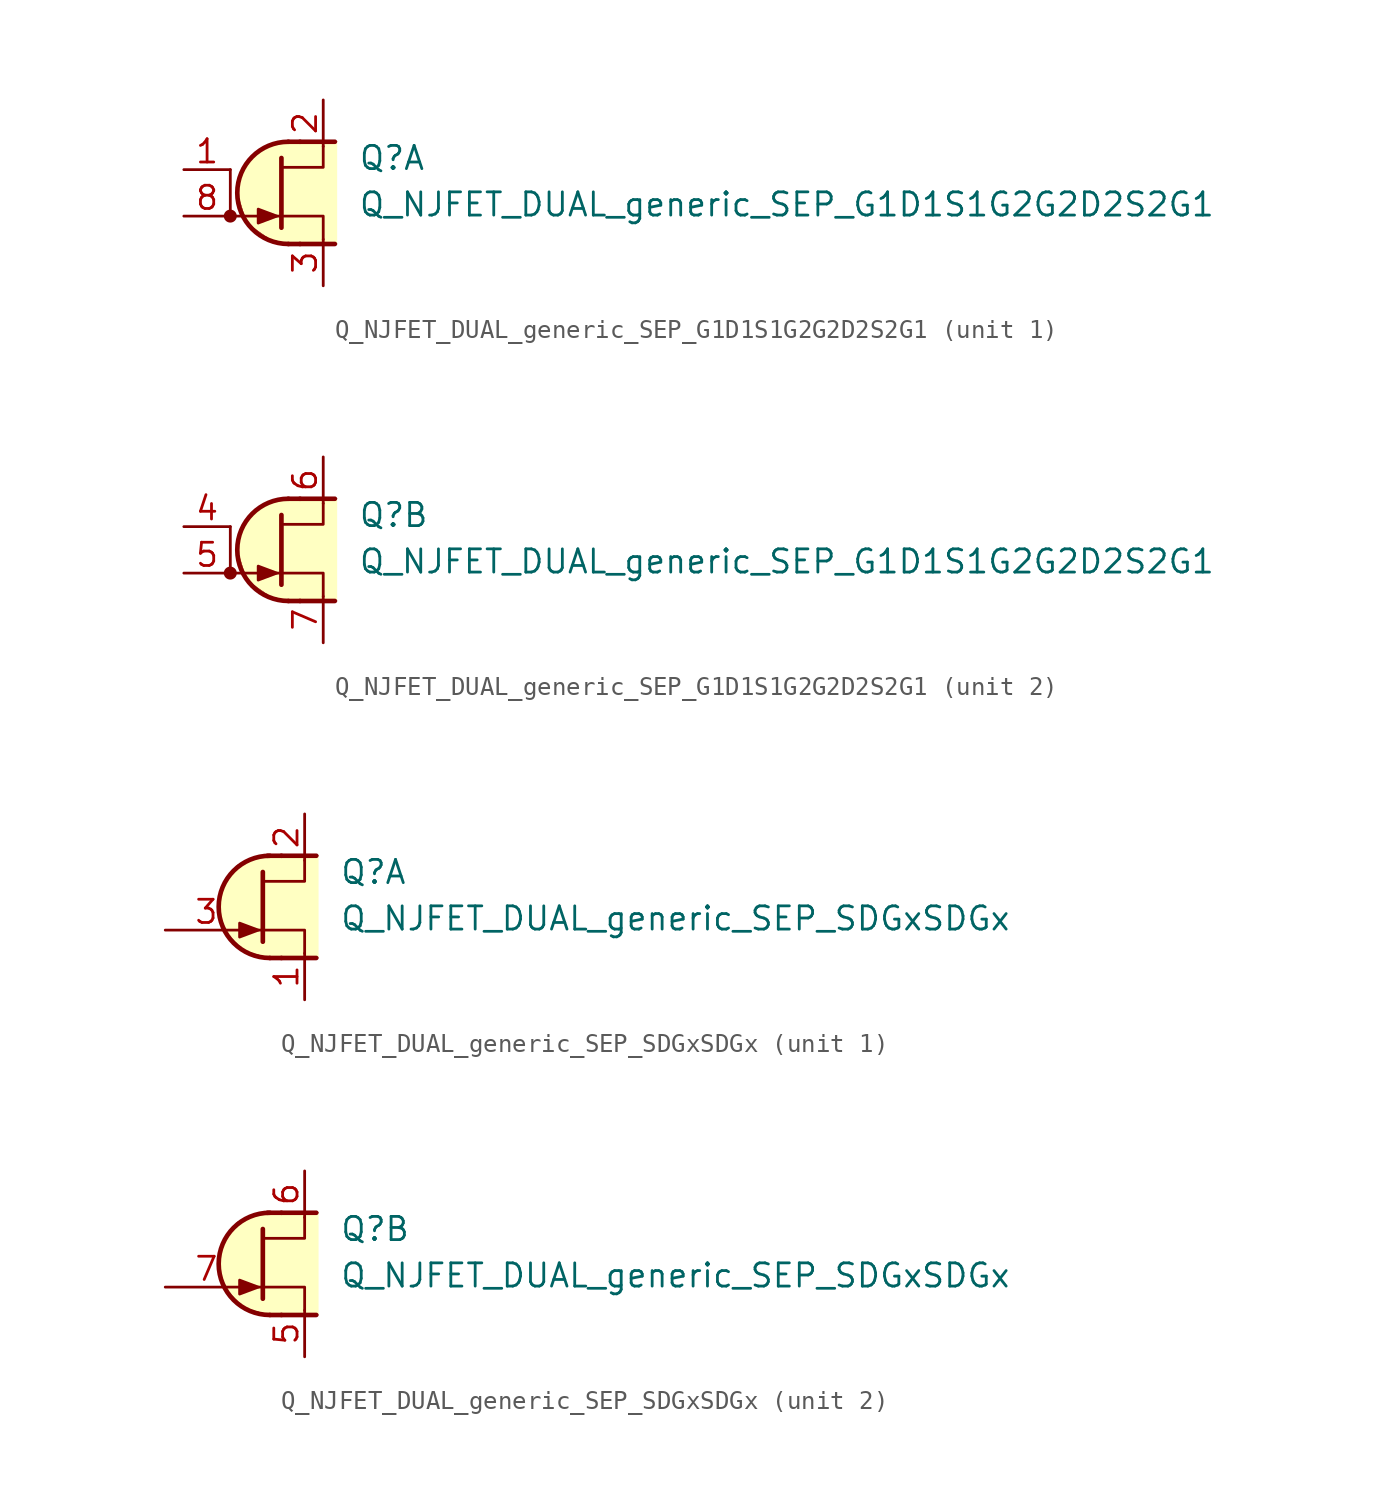
<source format=kicad_sym>
(kicad_symbol_lib
  (version 20211014)
  (generator kicad_symbol_editor)
  (symbol "Q_NJFET_DUAL_generic_SEP_G1D1S1G2G2D2S2G1"
    (pin_names
      (offset 1.016) hide)
    (property "Reference" "Q"
      (at 3.175 1.905 0)
      (effects (font (size 1.27 1.27)) (justify left)))
    (property "Value" "Q_NJFET_DUAL_generic_SEP_G1D1S1G2G2D2S2G1"
      (at 3.175 -0.635 0)
      (effects (font (size 1.27 1.27)) (justify left)))
    (property "ki_locked" ""
      (at 0 0 0)
      (effects (font (size 1.27 1.27))))
    (symbol "Q_NJFET_DUAL_generic_SEP_G1D1S1G2G2D2S2G1_1_1"
      (circle (center -3.81 -1.27) (radius 0.279) (stroke (width 0) (type default) (color 0 0 0 0)) (fill (type outline)))
      (arc (start -0.635 2.794) (mid -3.429 0) (end -0.635 -2.794) (stroke (width 0.254) (type default) (color 0 0 0 0)) (fill (type background)))
      (polyline (pts (xy -3.81 -1.27) (xy -1.016 -1.27)) (stroke (width 0) (type default) (color 0 0 0 0)) (fill (type none)))
      (polyline (pts (xy -3.81 1.27) (xy -3.81 -1.27)) (stroke (width 0) (type default) (color 0 0 0 0)) (fill (type none)))
      (polyline (pts (xy 0 -2.794) (xy -0.635 -2.794)) (stroke (width 0.254) (type default) (color 0 0 0 0)) (fill (type none)))
      (polyline (pts (xy 0 -2.794) (xy 1.905 -2.794)) (stroke (width 0.254) (type default) (color 0 0 0 0)) (fill (type none)))
      (polyline (pts (xy 0 2.794) (xy -0.635 2.794)) (stroke (width 0.254) (type default) (color 0 0 0 0)) (fill (type none)))
      (polyline (pts (xy 0 2.794) (xy 1.905 2.794)) (stroke (width 0.254) (type default) (color 0 0 0 0)) (fill (type none)))
      (polyline (pts (xy -1.016 1.905) (xy -1.016 -1.905) (xy -1.016 -1.905)) (stroke (width 0.254) (type default) (color 0 0 0 0)) (fill (type none)))
      (polyline (pts (xy 1.27 -2.54) (xy 1.27 -1.27) (xy -1.016 -1.27)) (stroke (width 0) (type default) (color 0 0 0 0)) (fill (type none)))
      (polyline (pts (xy 1.27 2.54) (xy 1.27 1.397) (xy -1.016 1.397)) (stroke (width 0) (type default) (color 0 0 0 0)) (fill (type none)))
      (polyline (pts (xy -1.27 -1.27) (xy -2.286 -0.889) (xy -2.286 -1.651) (xy -1.27 -1.27)) (stroke (width 0) (type default) (color 0 0 0 0)) (fill (type outline)))
      (polyline (pts (xy 2.032 2.794) (xy -1.016 2.794) (xy -2.286 2.286) (xy -3.175 1.27) (xy -3.429 0) (xy -2.921 -1.651) (xy -1.651 -2.54) (xy -0.635 -2.794) (xy 2.032 -2.794)) (stroke (width 0.025) (type default) (color 0 0 0 0)) (fill (type background)))
      (pin input line (at -6.35 1.27 0) (length 2.54) (name "G2" (effects (font (size 1.27 1.27)))) (number "1" (effects (font (size 1.27 1.27)))))
      (pin passive line (at 1.27 5.08 270) (length 2.54) (name "D2" (effects (font (size 1.27 1.27)))) (number "2" (effects (font (size 1.27 1.27)))))
      (pin passive line (at 1.27 -5.08 90) (length 2.54) (name "S2" (effects (font (size 1.27 1.27)))) (number "3" (effects (font (size 1.27 1.27)))))
      (pin input line (at -6.35 -1.27 0) (length 2.54) (name "G1" (effects (font (size 1.27 1.27)))) (number "8" (effects (font (size 1.27 1.27))))))
    (symbol "Q_NJFET_DUAL_generic_SEP_G1D1S1G2G2D2S2G1_2_1"
      (circle (center -3.81 -1.27) (radius 0.279) (stroke (width 0) (type default) (color 0 0 0 0)) (fill (type outline)))
      (arc (start -0.635 2.794) (mid -3.429 0) (end -0.635 -2.794) (stroke (width 0.254) (type default) (color 0 0 0 0)) (fill (type background)))
      (polyline (pts (xy -3.81 -1.27) (xy -1.016 -1.27)) (stroke (width 0) (type default) (color 0 0 0 0)) (fill (type none)))
      (polyline (pts (xy -3.81 1.27) (xy -3.81 -1.27)) (stroke (width 0) (type default) (color 0 0 0 0)) (fill (type none)))
      (polyline (pts (xy 0 -2.794) (xy -0.635 -2.794)) (stroke (width 0.254) (type default) (color 0 0 0 0)) (fill (type none)))
      (polyline (pts (xy 0 -2.794) (xy 1.905 -2.794)) (stroke (width 0.254) (type default) (color 0 0 0 0)) (fill (type none)))
      (polyline (pts (xy 0 2.794) (xy -0.635 2.794)) (stroke (width 0.254) (type default) (color 0 0 0 0)) (fill (type none)))
      (polyline (pts (xy 0 2.794) (xy 1.905 2.794)) (stroke (width 0.254) (type default) (color 0 0 0 0)) (fill (type none)))
      (polyline (pts (xy -1.016 1.905) (xy -1.016 -1.905) (xy -1.016 -1.905)) (stroke (width 0.254) (type default) (color 0 0 0 0)) (fill (type none)))
      (polyline (pts (xy 1.27 -2.54) (xy 1.27 -1.27) (xy -1.016 -1.27)) (stroke (width 0) (type default) (color 0 0 0 0)) (fill (type none)))
      (polyline (pts (xy 1.27 2.54) (xy 1.27 1.397) (xy -1.016 1.397)) (stroke (width 0) (type default) (color 0 0 0 0)) (fill (type none)))
      (polyline (pts (xy -1.27 -1.27) (xy -2.286 -0.889) (xy -2.286 -1.651) (xy -1.27 -1.27)) (stroke (width 0) (type default) (color 0 0 0 0)) (fill (type outline)))
      (polyline (pts (xy 2.032 2.794) (xy -1.016 2.794) (xy -2.286 2.286) (xy -3.175 1.27) (xy -3.429 0) (xy -2.921 -1.651) (xy -1.651 -2.54) (xy -0.635 -2.794) (xy 2.032 -2.794)) (stroke (width 0.025) (type default) (color 0 0 0 0)) (fill (type background)))
      (pin input line (at -6.35 1.27 0) (length 2.54) (name "G2" (effects (font (size 1.27 1.27)))) (number "4" (effects (font (size 1.27 1.27)))))
      (pin input line (at -6.35 -1.27 0) (length 2.54) (name "G1" (effects (font (size 1.27 1.27)))) (number "5" (effects (font (size 1.27 1.27)))))
      (pin passive line (at 1.27 5.08 270) (length 2.54) (name "D2" (effects (font (size 1.27 1.27)))) (number "6" (effects (font (size 1.27 1.27)))))
      (pin passive line (at 1.27 -5.08 90) (length 2.54) (name "S2" (effects (font (size 1.27 1.27)))) (number "7" (effects (font (size 1.27 1.27)))))))
  (symbol "Q_NJFET_DUAL_generic_SEP_SDGxSDGx"
    (pin_names
      (offset 1.016) hide)
    (property "Reference" "Q"
      (at 3.175 1.905 0)
      (effects (font (size 1.27 1.27)) (justify left)))
    (property "Value" "Q_NJFET_DUAL_generic_SEP_SDGxSDGx"
      (at 3.175 -0.635 0)
      (effects (font (size 1.27 1.27)) (justify left)))
    (property "ki_locked" ""
      (at 0 0 0)
      (effects (font (size 1.27 1.27))))
    (symbol "Q_NJFET_DUAL_generic_SEP_SDGxSDGx_1_1"
      (arc (start -0.635 2.794) (mid -3.429 0) (end -0.635 -2.794) (stroke (width 0.254) (type default) (color 0 0 0 0)) (fill (type none)))
      (polyline (pts (xy -1.397 -1.27) (xy -1.016 -1.27)) (stroke (width 0) (type default) (color 0 0 0 0)) (fill (type none)))
      (polyline (pts (xy 0 -2.794) (xy -0.635 -2.794)) (stroke (width 0.254) (type default) (color 0 0 0 0)) (fill (type none)))
      (polyline (pts (xy 0 -2.794) (xy 1.905 -2.794)) (stroke (width 0.254) (type default) (color 0 0 0 0)) (fill (type none)))
      (polyline (pts (xy 0 2.794) (xy -0.762 2.794)) (stroke (width 0.254) (type default) (color 0 0 0 0)) (fill (type none)))
      (polyline (pts (xy 0 2.794) (xy 1.905 2.794)) (stroke (width 0.254) (type default) (color 0 0 0 0)) (fill (type none)))
      (polyline (pts (xy -1.016 1.905) (xy -1.016 -1.905) (xy -1.016 -1.905)) (stroke (width 0.254) (type default) (color 0 0 0 0)) (fill (type none)))
      (polyline (pts (xy 1.27 -2.54) (xy 1.27 -1.27) (xy -1.016 -1.27)) (stroke (width 0) (type default) (color 0 0 0 0)) (fill (type none)))
      (polyline (pts (xy 1.27 2.54) (xy 1.27 1.397) (xy -1.016 1.397)) (stroke (width 0) (type default) (color 0 0 0 0)) (fill (type none)))
      (polyline (pts (xy -1.27 -1.27) (xy -2.286 -0.889) (xy -2.286 -1.651) (xy -1.27 -1.27)) (stroke (width 0) (type default) (color 0 0 0 0)) (fill (type outline)))
      (polyline (pts (xy 2.032 2.794) (xy -1.143 2.794) (xy -2.413 2.286) (xy -3.302 0.889) (xy -3.429 -0.381) (xy -2.921 -1.524) (xy -2.032 -2.413) (xy -0.635 -2.794) (xy 2.032 -2.794)) (stroke (width 0.025) (type default) (color 0 0 0 0)) (fill (type background)))
      (pin passive line (at 1.27 -5.08 90) (length 2.54) (name "S1" (effects (font (size 1.27 1.27)))) (number "1" (effects (font (size 1.27 1.27)))))
      (pin passive line (at 1.27 5.08 270) (length 2.54) (name "D1" (effects (font (size 1.27 1.27)))) (number "2" (effects (font (size 1.27 1.27)))))
      (pin input line (at -6.35 -1.27 0) (length 4.496) (name "G1" (effects (font (size 1.27 1.27)))) (number "3" (effects (font (size 1.27 1.27)))))
      (pin no_connect line (at 0 1.27 180) (length 2.54) hide (name "NC" (effects (font (size 1.27 1.27)))) (number "4" (effects (font (size 1.27 1.27)))))
      (pin no_connect line (at 0 -1.27 180) (length 2.54) hide (name "NC" (effects (font (size 1.27 1.27)))) (number "8" (effects (font (size 1.27 1.27))))))
    (symbol "Q_NJFET_DUAL_generic_SEP_SDGxSDGx_2_1"
      (arc (start -0.635 2.794) (mid -3.429 0) (end -0.635 -2.794) (stroke (width 0.254) (type default) (color 0 0 0 0)) (fill (type none)))
      (polyline (pts (xy -1.397 -1.27) (xy -1.016 -1.27)) (stroke (width 0) (type default) (color 0 0 0 0)) (fill (type none)))
      (polyline (pts (xy 0 -2.794) (xy -0.635 -2.794)) (stroke (width 0.254) (type default) (color 0 0 0 0)) (fill (type none)))
      (polyline (pts (xy 0 -2.794) (xy 1.905 -2.794)) (stroke (width 0.254) (type default) (color 0 0 0 0)) (fill (type none)))
      (polyline (pts (xy 0 2.794) (xy -0.762 2.794)) (stroke (width 0.254) (type default) (color 0 0 0 0)) (fill (type none)))
      (polyline (pts (xy 0 2.794) (xy 1.905 2.794)) (stroke (width 0.254) (type default) (color 0 0 0 0)) (fill (type none)))
      (polyline (pts (xy -1.016 1.905) (xy -1.016 -1.905) (xy -1.016 -1.905)) (stroke (width 0.254) (type default) (color 0 0 0 0)) (fill (type none)))
      (polyline (pts (xy 1.27 -2.54) (xy 1.27 -1.27) (xy -1.016 -1.27)) (stroke (width 0) (type default) (color 0 0 0 0)) (fill (type none)))
      (polyline (pts (xy 1.27 2.54) (xy 1.27 1.397) (xy -1.016 1.397)) (stroke (width 0) (type default) (color 0 0 0 0)) (fill (type none)))
      (polyline (pts (xy -1.27 -1.27) (xy -2.286 -0.889) (xy -2.286 -1.651) (xy -1.27 -1.27)) (stroke (width 0) (type default) (color 0 0 0 0)) (fill (type outline)))
      (polyline (pts (xy 2.032 2.794) (xy -1.143 2.794) (xy -2.413 2.286) (xy -3.302 0.889) (xy -3.429 -0.381) (xy -2.921 -1.524) (xy -2.032 -2.413) (xy -0.635 -2.794) (xy 2.032 -2.794)) (stroke (width 0.025) (type default) (color 0 0 0 0)) (fill (type background)))
      (pin passive line (at 1.27 -5.08 90) (length 2.54) (name "S1" (effects (font (size 1.27 1.27)))) (number "5" (effects (font (size 1.27 1.27)))))
      (pin passive line (at 1.27 5.08 270) (length 2.54) (name "D1" (effects (font (size 1.27 1.27)))) (number "6" (effects (font (size 1.27 1.27)))))
      (pin input line (at -6.35 -1.27 0) (length 4.496) (name "G1" (effects (font (size 1.27 1.27)))) (number "7" (effects (font (size 1.27 1.27))))))))
</source>
